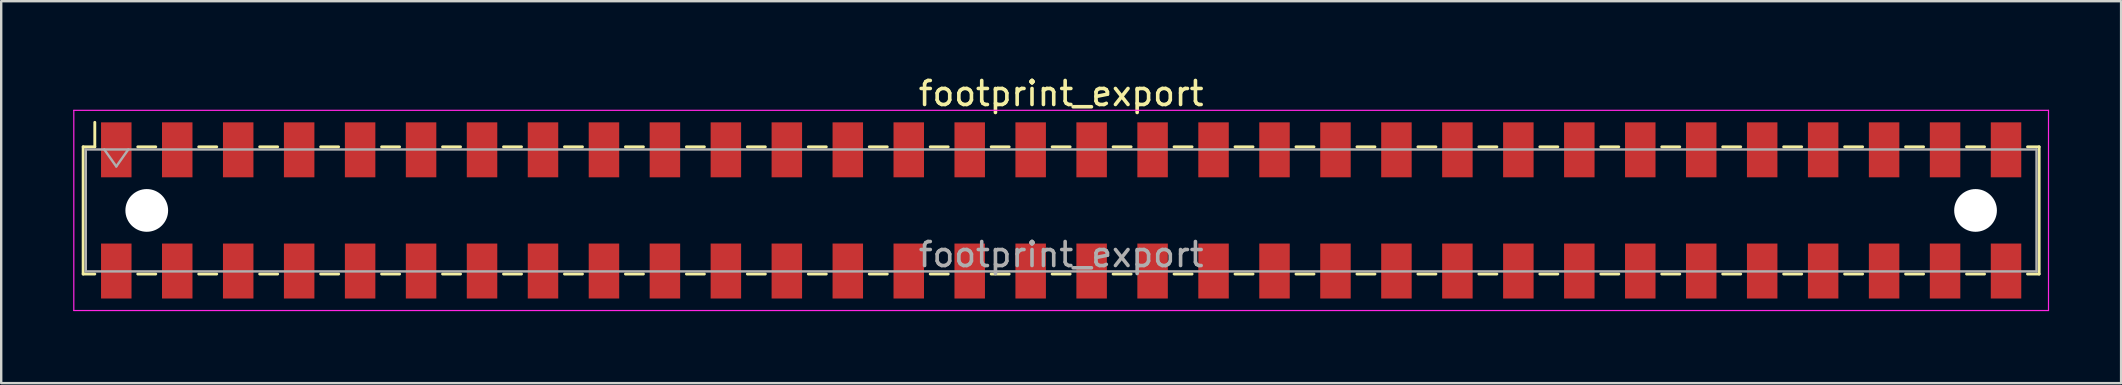
<source format=kicad_pcb>
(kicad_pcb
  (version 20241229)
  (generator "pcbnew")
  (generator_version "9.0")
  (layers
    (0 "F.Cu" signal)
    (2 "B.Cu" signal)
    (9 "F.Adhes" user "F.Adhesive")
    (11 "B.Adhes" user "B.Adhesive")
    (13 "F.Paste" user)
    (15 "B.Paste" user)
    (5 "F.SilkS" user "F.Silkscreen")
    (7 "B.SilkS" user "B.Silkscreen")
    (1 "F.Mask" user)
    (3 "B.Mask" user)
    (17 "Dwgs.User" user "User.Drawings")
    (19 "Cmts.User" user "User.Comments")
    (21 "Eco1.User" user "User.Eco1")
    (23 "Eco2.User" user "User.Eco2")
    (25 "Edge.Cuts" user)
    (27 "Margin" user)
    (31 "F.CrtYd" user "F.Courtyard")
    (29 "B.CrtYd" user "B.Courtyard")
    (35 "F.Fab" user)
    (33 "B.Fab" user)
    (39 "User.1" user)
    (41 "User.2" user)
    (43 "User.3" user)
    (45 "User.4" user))
  (footprint "footprint_export"
    (layer "F.Cu")
    (at 41.165 5.718)
    (property "Reference" "footprint_export" (at 0 -4.87 0) (layer "F.SilkS") (effects (font (size 1 1) (thickness 0.15))))
    (attr smd)
    (fp_line (start -40.75 -2.65) (end -40.75 2.65) (stroke (width 0.12) (type solid)) (layer "F.SilkS"))
    (fp_line (start -40.75 2.65) (end -40.265 2.65) (stroke (width 0.12) (type solid)) (layer "F.SilkS"))
    (fp_line (start -40.265 -3.67) (end -40.265 -2.65) (stroke (width 0.12) (type solid)) (layer "F.SilkS"))
    (fp_line (start -40.265 -2.65) (end -40.75 -2.65) (stroke (width 0.12) (type solid)) (layer "F.SilkS"))
    (fp_line (start -38.475 -2.65) (end -37.725 -2.65) (stroke (width 0.12) (type solid)) (layer "F.SilkS"))
    (fp_line (start -38.475 2.65) (end -37.725 2.65) (stroke (width 0.12) (type solid)) (layer "F.SilkS"))
    (fp_line (start -35.935 -2.65) (end -35.185 -2.65) (stroke (width 0.12) (type solid)) (layer "F.SilkS"))
    (fp_line (start -35.935 2.65) (end -35.185 2.65) (stroke (width 0.12) (type solid)) (layer "F.SilkS"))
    (fp_line (start -33.395 -2.65) (end -32.645 -2.65) (stroke (width 0.12) (type solid)) (layer "F.SilkS"))
    (fp_line (start -33.395 2.65) (end -32.645 2.65) (stroke (width 0.12) (type solid)) (layer "F.SilkS"))
    (fp_line (start -30.855 -2.65) (end -30.105 -2.65) (stroke (width 0.12) (type solid)) (layer "F.SilkS"))
    (fp_line (start -30.855 2.65) (end -30.105 2.65) (stroke (width 0.12) (type solid)) (layer "F.SilkS"))
    (fp_line (start -28.315 -2.65) (end -27.565 -2.65) (stroke (width 0.12) (type solid)) (layer "F.SilkS"))
    (fp_line (start -28.315 2.65) (end -27.565 2.65) (stroke (width 0.12) (type solid)) (layer "F.SilkS"))
    (fp_line (start -25.775 -2.65) (end -25.025 -2.65) (stroke (width 0.12) (type solid)) (layer "F.SilkS"))
    (fp_line (start -25.775 2.65) (end -25.025 2.65) (stroke (width 0.12) (type solid)) (layer "F.SilkS"))
    (fp_line (start -23.235 -2.65) (end -22.485 -2.65) (stroke (width 0.12) (type solid)) (layer "F.SilkS"))
    (fp_line (start -23.235 2.65) (end -22.485 2.65) (stroke (width 0.12) (type solid)) (layer "F.SilkS"))
    (fp_line (start -20.695 -2.65) (end -19.945 -2.65) (stroke (width 0.12) (type solid)) (layer "F.SilkS"))
    (fp_line (start -20.695 2.65) (end -19.945 2.65) (stroke (width 0.12) (type solid)) (layer "F.SilkS"))
    (fp_line (start -18.155 -2.65) (end -17.405 -2.65) (stroke (width 0.12) (type solid)) (layer "F.SilkS"))
    (fp_line (start -18.155 2.65) (end -17.405 2.65) (stroke (width 0.12) (type solid)) (layer "F.SilkS"))
    (fp_line (start -15.615 -2.65) (end -14.865 -2.65) (stroke (width 0.12) (type solid)) (layer "F.SilkS"))
    (fp_line (start -15.615 2.65) (end -14.865 2.65) (stroke (width 0.12) (type solid)) (layer "F.SilkS"))
    (fp_line (start -13.075 -2.65) (end -12.325 -2.65) (stroke (width 0.12) (type solid)) (layer "F.SilkS"))
    (fp_line (start -13.075 2.65) (end -12.325 2.65) (stroke (width 0.12) (type solid)) (layer "F.SilkS"))
    (fp_line (start -10.535 -2.65) (end -9.785 -2.65) (stroke (width 0.12) (type solid)) (layer "F.SilkS"))
    (fp_line (start -10.535 2.65) (end -9.785 2.65) (stroke (width 0.12) (type solid)) (layer "F.SilkS"))
    (fp_line (start -7.995 -2.65) (end -7.245 -2.65) (stroke (width 0.12) (type solid)) (layer "F.SilkS"))
    (fp_line (start -7.995 2.65) (end -7.245 2.65) (stroke (width 0.12) (type solid)) (layer "F.SilkS"))
    (fp_line (start -5.455 -2.65) (end -4.705 -2.65) (stroke (width 0.12) (type solid)) (layer "F.SilkS"))
    (fp_line (start -5.455 2.65) (end -4.705 2.65) (stroke (width 0.12) (type solid)) (layer "F.SilkS"))
    (fp_line (start -2.915 -2.65) (end -2.165 -2.65) (stroke (width 0.12) (type solid)) (layer "F.SilkS"))
    (fp_line (start -2.915 2.65) (end -2.165 2.65) (stroke (width 0.12) (type solid)) (layer "F.SilkS"))
    (fp_line (start -0.375 -2.65) (end 0.375 -2.65) (stroke (width 0.12) (type solid)) (layer "F.SilkS"))
    (fp_line (start -0.375 2.65) (end 0.375 2.65) (stroke (width 0.12) (type solid)) (layer "F.SilkS"))
    (fp_line (start 2.165 -2.65) (end 2.915 -2.65) (stroke (width 0.12) (type solid)) (layer "F.SilkS"))
    (fp_line (start 2.165 2.65) (end 2.915 2.65) (stroke (width 0.12) (type solid)) (layer "F.SilkS"))
    (fp_line (start 4.705 -2.65) (end 5.455 -2.65) (stroke (width 0.12) (type solid)) (layer "F.SilkS"))
    (fp_line (start 4.705 2.65) (end 5.455 2.65) (stroke (width 0.12) (type solid)) (layer "F.SilkS"))
    (fp_line (start 7.245 -2.65) (end 7.995 -2.65) (stroke (width 0.12) (type solid)) (layer "F.SilkS"))
    (fp_line (start 7.245 2.65) (end 7.995 2.65) (stroke (width 0.12) (type solid)) (layer "F.SilkS"))
    (fp_line (start 9.785 -2.65) (end 10.535 -2.65) (stroke (width 0.12) (type solid)) (layer "F.SilkS"))
    (fp_line (start 9.785 2.65) (end 10.535 2.65) (stroke (width 0.12) (type solid)) (layer "F.SilkS"))
    (fp_line (start 12.325 -2.65) (end 13.075 -2.65) (stroke (width 0.12) (type solid)) (layer "F.SilkS"))
    (fp_line (start 12.325 2.65) (end 13.075 2.65) (stroke (width 0.12) (type solid)) (layer "F.SilkS"))
    (fp_line (start 14.865 -2.65) (end 15.615 -2.65) (stroke (width 0.12) (type solid)) (layer "F.SilkS"))
    (fp_line (start 14.865 2.65) (end 15.615 2.65) (stroke (width 0.12) (type solid)) (layer "F.SilkS"))
    (fp_line (start 17.405 -2.65) (end 18.155 -2.65) (stroke (width 0.12) (type solid)) (layer "F.SilkS"))
    (fp_line (start 17.405 2.65) (end 18.155 2.65) (stroke (width 0.12) (type solid)) (layer "F.SilkS"))
    (fp_line (start 19.945 -2.65) (end 20.695 -2.65) (stroke (width 0.12) (type solid)) (layer "F.SilkS"))
    (fp_line (start 19.945 2.65) (end 20.695 2.65) (stroke (width 0.12) (type solid)) (layer "F.SilkS"))
    (fp_line (start 22.485 -2.65) (end 23.235 -2.65) (stroke (width 0.12) (type solid)) (layer "F.SilkS"))
    (fp_line (start 22.485 2.65) (end 23.235 2.65) (stroke (width 0.12) (type solid)) (layer "F.SilkS"))
    (fp_line (start 25.025 -2.65) (end 25.775 -2.65) (stroke (width 0.12) (type solid)) (layer "F.SilkS"))
    (fp_line (start 25.025 2.65) (end 25.775 2.65) (stroke (width 0.12) (type solid)) (layer "F.SilkS"))
    (fp_line (start 27.565 -2.65) (end 28.315 -2.65) (stroke (width 0.12) (type solid)) (layer "F.SilkS"))
    (fp_line (start 27.565 2.65) (end 28.315 2.65) (stroke (width 0.12) (type solid)) (layer "F.SilkS"))
    (fp_line (start 30.105 -2.65) (end 30.855 -2.65) (stroke (width 0.12) (type solid)) (layer "F.SilkS"))
    (fp_line (start 30.105 2.65) (end 30.855 2.65) (stroke (width 0.12) (type solid)) (layer "F.SilkS"))
    (fp_line (start 32.645 -2.65) (end 33.395 -2.65) (stroke (width 0.12) (type solid)) (layer "F.SilkS"))
    (fp_line (start 32.645 2.65) (end 33.395 2.65) (stroke (width 0.12) (type solid)) (layer "F.SilkS"))
    (fp_line (start 35.185 -2.65) (end 35.935 -2.65) (stroke (width 0.12) (type solid)) (layer "F.SilkS"))
    (fp_line (start 35.185 2.65) (end 35.935 2.65) (stroke (width 0.12) (type solid)) (layer "F.SilkS"))
    (fp_line (start 37.725 -2.65) (end 38.475 -2.65) (stroke (width 0.12) (type solid)) (layer "F.SilkS"))
    (fp_line (start 37.725 2.65) (end 38.475 2.65) (stroke (width 0.12) (type solid)) (layer "F.SilkS"))
    (fp_line (start 40.265 -2.65) (end 40.75 -2.65) (stroke (width 0.12) (type solid)) (layer "F.SilkS"))
    (fp_line (start 40.75 -2.65) (end 40.75 2.65) (stroke (width 0.12) (type solid)) (layer "F.SilkS"))
    (fp_line (start 40.75 2.65) (end 40.265 2.65) (stroke (width 0.12) (type solid)) (layer "F.SilkS"))
    (fp_line (start -41.14 -4.17) (end 41.14 -4.17) (stroke (width 0.05) (type solid)) (layer "F.CrtYd"))
    (fp_line (start -41.14 4.17) (end -41.14 -4.17) (stroke (width 0.05) (type solid)) (layer "F.CrtYd"))
    (fp_line (start 41.14 -4.17) (end 41.14 4.17) (stroke (width 0.05) (type solid)) (layer "F.CrtYd"))
    (fp_line (start 41.14 4.17) (end -41.14 4.17) (stroke (width 0.05) (type solid)) (layer "F.CrtYd"))
    (fp_line (start -40.64 -2.54) (end 40.64 -2.54) (stroke (width 0.1) (type solid)) (layer "F.Fab"))
    (fp_line (start -40.64 2.54) (end -40.64 -2.54) (stroke (width 0.1) (type solid)) (layer "F.Fab"))
    (fp_line (start -39.87 -2.54) (end -39.37 -1.833) (stroke (width 0.1) (type solid)) (layer "F.Fab"))
    (fp_line (start -39.37 -1.833) (end -38.87 -2.54) (stroke (width 0.1) (type solid)) (layer "F.Fab"))
    (fp_line (start 40.64 -2.54) (end 40.64 2.54) (stroke (width 0.1) (type solid)) (layer "F.Fab"))
    (fp_line (start 40.64 2.54) (end -40.64 2.54) (stroke (width 0.1) (type solid)) (layer "F.Fab"))
    (fp_text user "${REFERENCE}" (at 0 1.84 0) (layer "F.Fab") (effects (font (size 1 1) (thickness 0.15))))
    (pad "" np_thru_hole circle (at -38.1 0) (size 1.78 1.78) (drill 1.78) (layers "*.Cu" "*.Mask"))
    (pad "" np_thru_hole circle (at 38.1 0) (size 1.78 1.78) (drill 1.78) (layers "*.Cu" "*.Mask"))
    (pad "1" smd rect (at -39.37 -2.525) (size 1.27 2.29) (layers "F.Cu" "F.Mask" "F.Paste"))
    (pad "2" smd rect (at -39.37 2.525) (size 1.27 2.29) (layers "F.Cu" "F.Mask" "F.Paste"))
    (pad "3" smd rect (at -36.83 -2.525) (size 1.27 2.29) (layers "F.Cu" "F.Mask" "F.Paste"))
    (pad "4" smd rect (at -36.83 2.525) (size 1.27 2.29) (layers "F.Cu" "F.Mask" "F.Paste"))
    (pad "5" smd rect (at -34.29 -2.525) (size 1.27 2.29) (layers "F.Cu" "F.Mask" "F.Paste"))
    (pad "6" smd rect (at -34.29 2.525) (size 1.27 2.29) (layers "F.Cu" "F.Mask" "F.Paste"))
    (pad "7" smd rect (at -31.75 -2.525) (size 1.27 2.29) (layers "F.Cu" "F.Mask" "F.Paste"))
    (pad "8" smd rect (at -31.75 2.525) (size 1.27 2.29) (layers "F.Cu" "F.Mask" "F.Paste"))
    (pad "9" smd rect (at -29.21 -2.525) (size 1.27 2.29) (layers "F.Cu" "F.Mask" "F.Paste"))
    (pad "10" smd rect (at -29.21 2.525) (size 1.27 2.29) (layers "F.Cu" "F.Mask" "F.Paste"))
    (pad "11" smd rect (at -26.67 -2.525) (size 1.27 2.29) (layers "F.Cu" "F.Mask" "F.Paste"))
    (pad "12" smd rect (at -26.67 2.525) (size 1.27 2.29) (layers "F.Cu" "F.Mask" "F.Paste"))
    (pad "13" smd rect (at -24.13 -2.525) (size 1.27 2.29) (layers "F.Cu" "F.Mask" "F.Paste"))
    (pad "14" smd rect (at -24.13 2.525) (size 1.27 2.29) (layers "F.Cu" "F.Mask" "F.Paste"))
    (pad "15" smd rect (at -21.59 -2.525) (size 1.27 2.29) (layers "F.Cu" "F.Mask" "F.Paste"))
    (pad "16" smd rect (at -21.59 2.525) (size 1.27 2.29) (layers "F.Cu" "F.Mask" "F.Paste"))
    (pad "17" smd rect (at -19.05 -2.525) (size 1.27 2.29) (layers "F.Cu" "F.Mask" "F.Paste"))
    (pad "18" smd rect (at -19.05 2.525) (size 1.27 2.29) (layers "F.Cu" "F.Mask" "F.Paste"))
    (pad "19" smd rect (at -16.51 -2.525) (size 1.27 2.29) (layers "F.Cu" "F.Mask" "F.Paste"))
    (pad "20" smd rect (at -16.51 2.525) (size 1.27 2.29) (layers "F.Cu" "F.Mask" "F.Paste"))
    (pad "21" smd rect (at -13.97 -2.525) (size 1.27 2.29) (layers "F.Cu" "F.Mask" "F.Paste"))
    (pad "22" smd rect (at -13.97 2.525) (size 1.27 2.29) (layers "F.Cu" "F.Mask" "F.Paste"))
    (pad "23" smd rect (at -11.43 -2.525) (size 1.27 2.29) (layers "F.Cu" "F.Mask" "F.Paste"))
    (pad "24" smd rect (at -11.43 2.525) (size 1.27 2.29) (layers "F.Cu" "F.Mask" "F.Paste"))
    (pad "25" smd rect (at -8.89 -2.525) (size 1.27 2.29) (layers "F.Cu" "F.Mask" "F.Paste"))
    (pad "26" smd rect (at -8.89 2.525) (size 1.27 2.29) (layers "F.Cu" "F.Mask" "F.Paste"))
    (pad "27" smd rect (at -6.35 -2.525) (size 1.27 2.29) (layers "F.Cu" "F.Mask" "F.Paste"))
    (pad "28" smd rect (at -6.35 2.525) (size 1.27 2.29) (layers "F.Cu" "F.Mask" "F.Paste"))
    (pad "29" smd rect (at -3.81 -2.525) (size 1.27 2.29) (layers "F.Cu" "F.Mask" "F.Paste"))
    (pad "30" smd rect (at -3.81 2.525) (size 1.27 2.29) (layers "F.Cu" "F.Mask" "F.Paste"))
    (pad "31" smd rect (at -1.27 -2.525) (size 1.27 2.29) (layers "F.Cu" "F.Mask" "F.Paste"))
    (pad "32" smd rect (at -1.27 2.525) (size 1.27 2.29) (layers "F.Cu" "F.Mask" "F.Paste"))
    (pad "33" smd rect (at 1.27 -2.525) (size 1.27 2.29) (layers "F.Cu" "F.Mask" "F.Paste"))
    (pad "34" smd rect (at 1.27 2.525) (size 1.27 2.29) (layers "F.Cu" "F.Mask" "F.Paste"))
    (pad "35" smd rect (at 3.81 -2.525) (size 1.27 2.29) (layers "F.Cu" "F.Mask" "F.Paste"))
    (pad "36" smd rect (at 3.81 2.525) (size 1.27 2.29) (layers "F.Cu" "F.Mask" "F.Paste"))
    (pad "37" smd rect (at 6.35 -2.525) (size 1.27 2.29) (layers "F.Cu" "F.Mask" "F.Paste"))
    (pad "38" smd rect (at 6.35 2.525) (size 1.27 2.29) (layers "F.Cu" "F.Mask" "F.Paste"))
    (pad "39" smd rect (at 8.89 -2.525) (size 1.27 2.29) (layers "F.Cu" "F.Mask" "F.Paste"))
    (pad "40" smd rect (at 8.89 2.525) (size 1.27 2.29) (layers "F.Cu" "F.Mask" "F.Paste"))
    (pad "41" smd rect (at 11.43 -2.525) (size 1.27 2.29) (layers "F.Cu" "F.Mask" "F.Paste"))
    (pad "42" smd rect (at 11.43 2.525) (size 1.27 2.29) (layers "F.Cu" "F.Mask" "F.Paste"))
    (pad "43" smd rect (at 13.97 -2.525) (size 1.27 2.29) (layers "F.Cu" "F.Mask" "F.Paste"))
    (pad "44" smd rect (at 13.97 2.525) (size 1.27 2.29) (layers "F.Cu" "F.Mask" "F.Paste"))
    (pad "45" smd rect (at 16.51 -2.525) (size 1.27 2.29) (layers "F.Cu" "F.Mask" "F.Paste"))
    (pad "46" smd rect (at 16.51 2.525) (size 1.27 2.29) (layers "F.Cu" "F.Mask" "F.Paste"))
    (pad "47" smd rect (at 19.05 -2.525) (size 1.27 2.29) (layers "F.Cu" "F.Mask" "F.Paste"))
    (pad "48" smd rect (at 19.05 2.525) (size 1.27 2.29) (layers "F.Cu" "F.Mask" "F.Paste"))
    (pad "49" smd rect (at 21.59 -2.525) (size 1.27 2.29) (layers "F.Cu" "F.Mask" "F.Paste"))
    (pad "50" smd rect (at 21.59 2.525) (size 1.27 2.29) (layers "F.Cu" "F.Mask" "F.Paste"))
    (pad "51" smd rect (at 24.13 -2.525) (size 1.27 2.29) (layers "F.Cu" "F.Mask" "F.Paste"))
    (pad "52" smd rect (at 24.13 2.525) (size 1.27 2.29) (layers "F.Cu" "F.Mask" "F.Paste"))
    (pad "53" smd rect (at 26.67 -2.525) (size 1.27 2.29) (layers "F.Cu" "F.Mask" "F.Paste"))
    (pad "54" smd rect (at 26.67 2.525) (size 1.27 2.29) (layers "F.Cu" "F.Mask" "F.Paste"))
    (pad "55" smd rect (at 29.21 -2.525) (size 1.27 2.29) (layers "F.Cu" "F.Mask" "F.Paste"))
    (pad "56" smd rect (at 29.21 2.525) (size 1.27 2.29) (layers "F.Cu" "F.Mask" "F.Paste"))
    (pad "57" smd rect (at 31.75 -2.525) (size 1.27 2.29) (layers "F.Cu" "F.Mask" "F.Paste"))
    (pad "58" smd rect (at 31.75 2.525) (size 1.27 2.29) (layers "F.Cu" "F.Mask" "F.Paste"))
    (pad "59" smd rect (at 34.29 -2.525) (size 1.27 2.29) (layers "F.Cu" "F.Mask" "F.Paste"))
    (pad "60" smd rect (at 34.29 2.525) (size 1.27 2.29) (layers "F.Cu" "F.Mask" "F.Paste"))
    (pad "61" smd rect (at 36.83 -2.525) (size 1.27 2.29) (layers "F.Cu" "F.Mask" "F.Paste"))
    (pad "62" smd rect (at 36.83 2.525) (size 1.27 2.29) (layers "F.Cu" "F.Mask" "F.Paste"))
    (pad "63" smd rect (at 39.37 -2.525) (size 1.27 2.29) (layers "F.Cu" "F.Mask" "F.Paste"))
    (pad "64" smd rect (at 39.37 2.525) (size 1.27 2.29) (layers "F.Cu" "F.Mask" "F.Paste")))
  (gr_rect
    (start -3 -3)
    (end 85.33 12.913)
    (stroke (width 0.1) (type default))
    (fill no)
    (layer "Edge.Cuts")))
</source>
